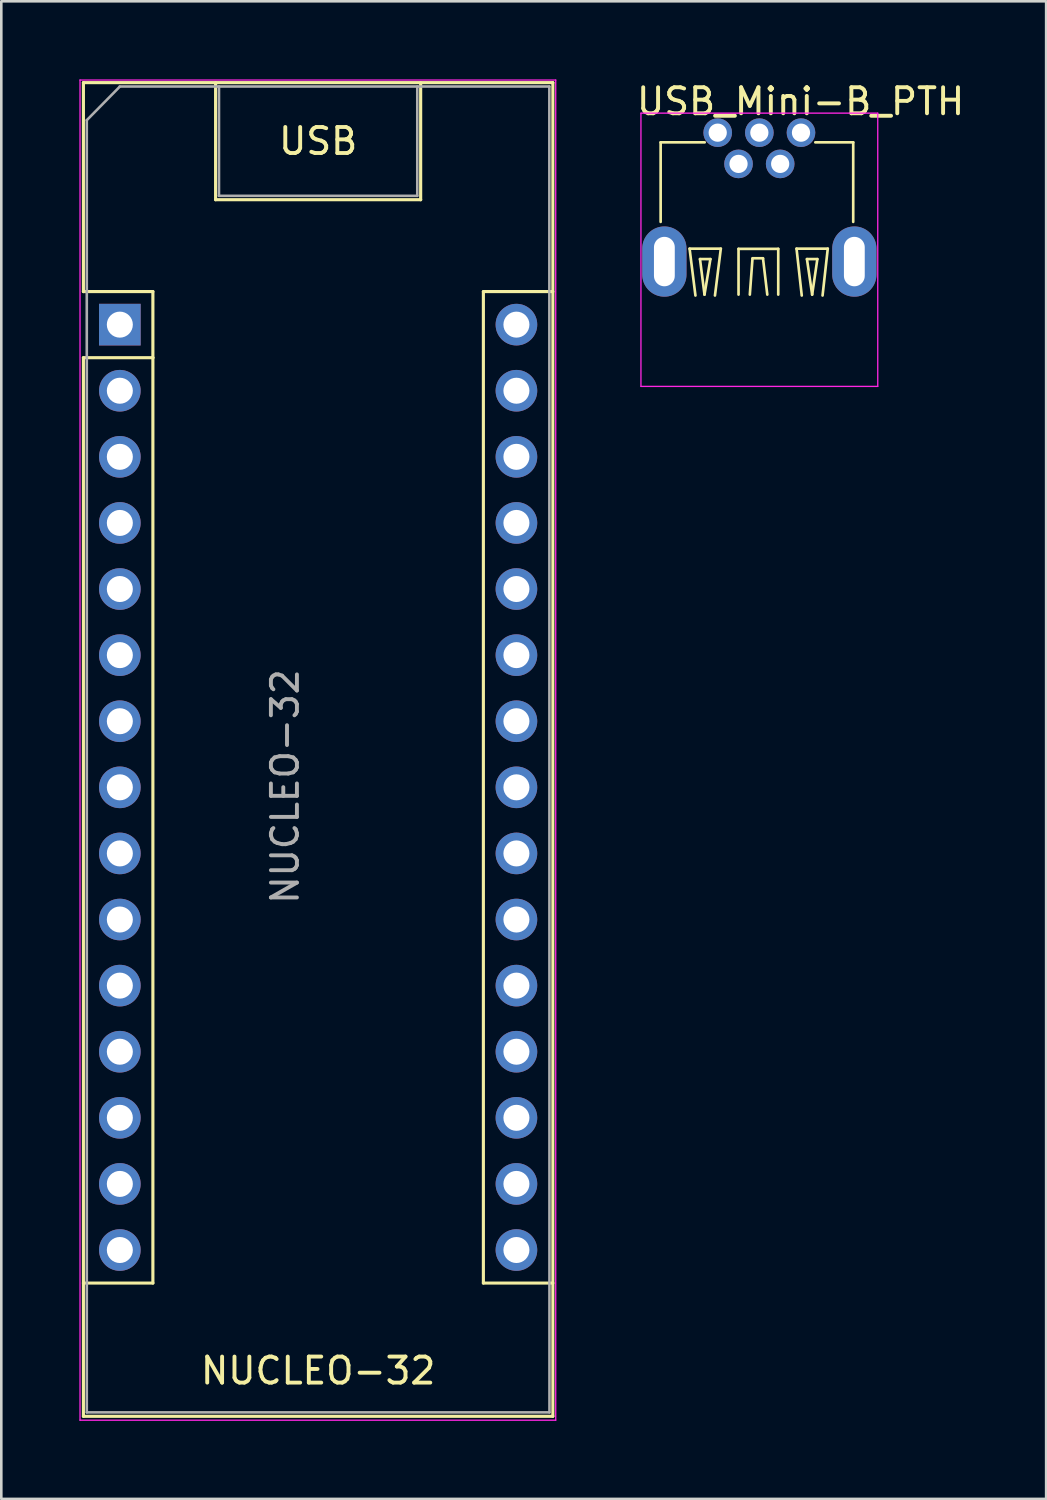
<source format=kicad_pcb>
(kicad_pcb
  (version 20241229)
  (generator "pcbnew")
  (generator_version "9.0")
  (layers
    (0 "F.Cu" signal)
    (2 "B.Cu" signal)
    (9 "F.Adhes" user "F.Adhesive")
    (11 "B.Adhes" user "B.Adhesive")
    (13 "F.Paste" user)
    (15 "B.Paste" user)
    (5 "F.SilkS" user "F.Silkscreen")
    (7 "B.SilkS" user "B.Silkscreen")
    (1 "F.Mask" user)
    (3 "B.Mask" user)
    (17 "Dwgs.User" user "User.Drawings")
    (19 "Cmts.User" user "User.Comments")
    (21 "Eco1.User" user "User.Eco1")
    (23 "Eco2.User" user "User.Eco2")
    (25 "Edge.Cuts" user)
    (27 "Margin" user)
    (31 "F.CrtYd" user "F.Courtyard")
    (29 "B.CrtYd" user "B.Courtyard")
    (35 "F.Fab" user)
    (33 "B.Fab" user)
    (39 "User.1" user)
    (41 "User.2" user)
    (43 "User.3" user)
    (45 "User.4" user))
  (footprint "USB_Mini-B_PTH"
    (layer "F.Cu")
    (at 24.53 2.048)
    (property "Reference" "USB_Mini-B_PTH" (at -3.2 -1.2 180) (layer "F.SilkS") (effects (font (size 1 1) (thickness 0.15)) (justify left)))
    (attr through_hole)
    (fp_line (start -2.193 0.372) (end -2.193 3.429) (stroke (width 0.102) (type solid)) (layer "F.SilkS"))
    (fp_line (start -2.193 0.372) (end -0.5 0.372) (stroke (width 0.102) (type solid)) (layer "F.SilkS"))
    (fp_line (start -1.081 4.458) (end 0.119 4.458) (stroke (width 0.102) (type solid)) (layer "F.SilkS"))
    (fp_line (start -0.856 6.258) (end -1.081 4.458) (stroke (width 0.102) (type solid)) (layer "F.SilkS"))
    (fp_line (start -0.681 4.858) (end -0.281 4.858) (stroke (width 0.102) (type solid)) (layer "F.SilkS"))
    (fp_line (start -0.508 6.223) (end -0.681 4.858) (stroke (width 0.102) (type solid)) (layer "F.SilkS"))
    (fp_line (start -0.281 4.858) (end -0.508 6.223) (stroke (width 0.102) (type solid)) (layer "F.SilkS"))
    (fp_line (start 0.119 4.458) (end -0.106 6.258) (stroke (width 0.102) (type solid)) (layer "F.SilkS"))
    (fp_line (start 0.8 4.465) (end 2.326 4.465) (stroke (width 0.102) (type solid)) (layer "F.SilkS"))
    (fp_line (start 0.8 6.223) (end 0.8 4.465) (stroke (width 0.102) (type solid)) (layer "F.SilkS"))
    (fp_line (start 1.336 4.846) (end 1.234 6.223) (stroke (width 0.102) (type solid)) (layer "F.SilkS"))
    (fp_line (start 1.742 4.826) (end 1.336 4.826) (stroke (width 0.102) (type solid)) (layer "F.SilkS"))
    (fp_line (start 1.905 6.223) (end 1.742 4.846) (stroke (width 0.102) (type solid)) (layer "F.SilkS"))
    (fp_line (start 2.326 4.465) (end 2.326 6.223) (stroke (width 0.102) (type solid)) (layer "F.SilkS"))
    (fp_line (start 3.029 4.458) (end 4.229 4.458) (stroke (width 0.102) (type solid)) (layer "F.SilkS"))
    (fp_line (start 3.229 6.258) (end 3.029 4.458) (stroke (width 0.102) (type solid)) (layer "F.SilkS"))
    (fp_line (start 3.429 4.858) (end 3.829 4.858) (stroke (width 0.102) (type solid)) (layer "F.SilkS"))
    (fp_line (start 3.629 6.223) (end 3.429 4.858) (stroke (width 0.102) (type solid)) (layer "F.SilkS"))
    (fp_line (start 3.75 0.372) (end 5.207 0.372) (stroke (width 0.102) (type solid)) (layer "F.SilkS"))
    (fp_line (start 3.829 4.858) (end 3.629 6.223) (stroke (width 0.102) (type solid)) (layer "F.SilkS"))
    (fp_line (start 4.229 4.458) (end 4.029 6.258) (stroke (width 0.102) (type solid)) (layer "F.SilkS"))
    (fp_line (start 5.207 0.372) (end 5.207 3.429) (stroke (width 0.102) (type solid)) (layer "F.SilkS"))
    (fp_line (start -2.95 -0.75) (end -2.95 9.75) (stroke (width 0.05) (type solid)) (layer "F.CrtYd"))
    (fp_line (start -2.95 9.75) (end 6.15 9.75) (stroke (width 0.05) (type solid)) (layer "F.CrtYd"))
    (fp_line (start 6.15 -0.75) (end -2.95 -0.75) (stroke (width 0.05) (type solid)) (layer "F.CrtYd"))
    (fp_line (start 6.15 9.75) (end 6.15 -0.75) (stroke (width 0.05) (type solid)) (layer "F.CrtYd"))
    (pad "1" thru_hole circle (at 0 0 270) (size 1.1 1.1) (drill 0.7) (layers "*.Cu" "*.Mask"))
    (pad "2" thru_hole circle (at 0.8 1.2 270) (size 1.1 1.1) (drill 0.7) (layers "*.Cu" "*.Mask"))
    (pad "3" thru_hole circle (at 1.6 0 270) (size 1.1 1.1) (drill 0.7) (layers "*.Cu" "*.Mask"))
    (pad "4" thru_hole circle (at 2.4 1.2 270) (size 1.1 1.1) (drill 0.7) (layers "*.Cu" "*.Mask"))
    (pad "5" thru_hole circle (at 3.2 0 270) (size 1.1 1.1) (drill 0.7) (layers "*.Cu" "*.Mask"))
    (pad "6" thru_hole oval (at -2.05 4.953 270) (size 2.7 1.7) (drill oval 1.9 0.8) (layers "*.Cu" "*.Mask"))
    (pad "6" thru_hole oval (at 5.25 4.953 270) (size 2.7 1.7) (drill oval 1.9 0.8) (layers "*.Cu" "*.Mask")))
  (footprint "NUCLEO-32"
    (layer "F.Cu")
    (at 1.555 9.425)
    (property "Reference" "NUCLEO-32" (at 7.62 40.2 0) (layer "F.SilkS") (effects (font (size 1 1) (thickness 0.15))))
    (attr through_hole)
    (fp_line (start -1.4 -9.3) (end -1.4 -1.27) (stroke (width 0.12) (type solid)) (layer "F.SilkS"))
    (fp_line (start -1.4 1.27) (end -1.4 41.95) (stroke (width 0.12) (type solid)) (layer "F.SilkS"))
    (fp_line (start -1.4 41.95) (end 16.64 41.95) (stroke (width 0.12) (type solid)) (layer "F.SilkS"))
    (fp_line (start 1.27 -1.27) (end -1.4 -1.27) (stroke (width 0.12) (type solid)) (layer "F.SilkS"))
    (fp_line (start 1.27 1.27) (end -1.4 1.27) (stroke (width 0.12) (type solid)) (layer "F.SilkS"))
    (fp_line (start 1.27 1.27) (end 1.27 -1.27) (stroke (width 0.12) (type solid)) (layer "F.SilkS"))
    (fp_line (start 1.27 1.27) (end 1.27 36.83) (stroke (width 0.12) (type solid)) (layer "F.SilkS"))
    (fp_line (start 1.27 36.83) (end -1.4 36.83) (stroke (width 0.12) (type solid)) (layer "F.SilkS"))
    (fp_line (start 3.68 -4.8) (end 3.68 -9.29) (stroke (width 0.12) (type solid)) (layer "F.SilkS"))
    (fp_line (start 11.56 -9.29) (end 11.56 -4.8) (stroke (width 0.12) (type solid)) (layer "F.SilkS"))
    (fp_line (start 11.56 -4.8) (end 3.68 -4.8) (stroke (width 0.12) (type solid)) (layer "F.SilkS"))
    (fp_line (start 13.97 -1.27) (end 13.97 36.83) (stroke (width 0.12) (type solid)) (layer "F.SilkS"))
    (fp_line (start 13.97 -1.27) (end 16.64 -1.27) (stroke (width 0.12) (type solid)) (layer "F.SilkS"))
    (fp_line (start 13.97 36.83) (end 16.64 36.83) (stroke (width 0.12) (type solid)) (layer "F.SilkS"))
    (fp_line (start 16.64 -9.3) (end -1.4 -9.3) (stroke (width 0.12) (type solid)) (layer "F.SilkS"))
    (fp_line (start 16.64 41.95) (end 16.64 -9.3) (stroke (width 0.12) (type solid)) (layer "F.SilkS"))
    (fp_line (start -1.53 -9.4) (end -1.53 42.1) (stroke (width 0.05) (type solid)) (layer "F.CrtYd"))
    (fp_line (start -1.53 -9.4) (end 16.75 -9.4) (stroke (width 0.05) (type solid)) (layer "F.CrtYd"))
    (fp_line (start 16.75 42.1) (end -1.53 42.1) (stroke (width 0.05) (type solid)) (layer "F.CrtYd"))
    (fp_line (start 16.75 42.1) (end 16.75 -9.4) (stroke (width 0.05) (type solid)) (layer "F.CrtYd"))
    (fp_line (start -1.27 -7.857) (end -0.005 -9.143) (stroke (width 0.1) (type solid)) (layer "F.Fab"))
    (fp_line (start -1.27 41.8) (end -1.27 -7.857) (stroke (width 0.1) (type solid)) (layer "F.Fab"))
    (fp_line (start -0.005 -9.15) (end 16.505 -9.15) (stroke (width 0.1) (type solid)) (layer "F.Fab"))
    (fp_line (start 3.81 -4.95) (end 3.81 -9.15) (stroke (width 0.1) (type solid)) (layer "F.Fab"))
    (fp_line (start 11.43 -9.15) (end 11.43 -4.95) (stroke (width 0.1) (type solid)) (layer "F.Fab"))
    (fp_line (start 11.43 -4.95) (end 3.81 -4.95) (stroke (width 0.1) (type solid)) (layer "F.Fab"))
    (fp_line (start 16.505 -9.15) (end 16.51 41.8) (stroke (width 0.1) (type solid)) (layer "F.Fab"))
    (fp_line (start 16.51 41.8) (end -1.27 41.8) (stroke (width 0.1) (type solid)) (layer "F.Fab"))
    (fp_text user "USB" (at 7.62 -7.05 0) (unlocked yes) (layer "F.SilkS") (effects (font (size 1 1) (thickness 0.15))))
    (fp_text user "${REFERENCE}" (at 6.35 17.75 90) (layer "F.Fab") (effects (font (size 1 1) (thickness 0.15))))
    (pad "1" thru_hole rect (at 0 0) (size 1.6 1.6) (drill 1) (layers "*.Cu" "*.Mask"))
    (pad "2" thru_hole oval (at 0 2.54) (size 1.6 1.6) (drill 1) (layers "*.Cu" "*.Mask"))
    (pad "3" thru_hole oval (at 0 5.08) (size 1.6 1.6) (drill 1) (layers "*.Cu" "*.Mask"))
    (pad "4" thru_hole oval (at 0 7.62) (size 1.6 1.6) (drill 1) (layers "*.Cu" "*.Mask"))
    (pad "5" thru_hole oval (at 0 10.16) (size 1.6 1.6) (drill 1) (layers "*.Cu" "*.Mask"))
    (pad "6" thru_hole oval (at 0 12.7) (size 1.6 1.6) (drill 1) (layers "*.Cu" "*.Mask"))
    (pad "7" thru_hole oval (at 0 15.24) (size 1.6 1.6) (drill 1) (layers "*.Cu" "*.Mask"))
    (pad "8" thru_hole oval (at 0 17.78) (size 1.6 1.6) (drill 1) (layers "*.Cu" "*.Mask"))
    (pad "9" thru_hole oval (at 0 20.32) (size 1.6 1.6) (drill 1) (layers "*.Cu" "*.Mask"))
    (pad "10" thru_hole oval (at 0 22.86) (size 1.6 1.6) (drill 1) (layers "*.Cu" "*.Mask"))
    (pad "11" thru_hole oval (at 0 25.4) (size 1.6 1.6) (drill 1) (layers "*.Cu" "*.Mask"))
    (pad "12" thru_hole oval (at 0 27.94) (size 1.6 1.6) (drill 1) (layers "*.Cu" "*.Mask"))
    (pad "13" thru_hole oval (at 0 30.48) (size 1.6 1.6) (drill 1) (layers "*.Cu" "*.Mask"))
    (pad "14" thru_hole oval (at 0 33.02) (size 1.6 1.6) (drill 1) (layers "*.Cu" "*.Mask"))
    (pad "15" thru_hole oval (at 0 35.56) (size 1.6 1.6) (drill 1) (layers "*.Cu" "*.Mask"))
    (pad "16" thru_hole oval (at 15.24 35.56) (size 1.6 1.6) (drill 1) (layers "*.Cu" "*.Mask"))
    (pad "17" thru_hole oval (at 15.24 33.02) (size 1.6 1.6) (drill 1) (layers "*.Cu" "*.Mask"))
    (pad "18" thru_hole oval (at 15.24 30.48) (size 1.6 1.6) (drill 1) (layers "*.Cu" "*.Mask"))
    (pad "19" thru_hole oval (at 15.24 27.94) (size 1.6 1.6) (drill 1) (layers "*.Cu" "*.Mask"))
    (pad "20" thru_hole oval (at 15.24 25.4) (size 1.6 1.6) (drill 1) (layers "*.Cu" "*.Mask"))
    (pad "21" thru_hole oval (at 15.24 22.86) (size 1.6 1.6) (drill 1) (layers "*.Cu" "*.Mask"))
    (pad "22" thru_hole oval (at 15.24 20.32) (size 1.6 1.6) (drill 1) (layers "*.Cu" "*.Mask"))
    (pad "23" thru_hole oval (at 15.24 17.78) (size 1.6 1.6) (drill 1) (layers "*.Cu" "*.Mask"))
    (pad "24" thru_hole oval (at 15.24 15.24) (size 1.6 1.6) (drill 1) (layers "*.Cu" "*.Mask"))
    (pad "25" thru_hole oval (at 15.24 12.7) (size 1.6 1.6) (drill 1) (layers "*.Cu" "*.Mask"))
    (pad "26" thru_hole oval (at 15.24 10.16) (size 1.6 1.6) (drill 1) (layers "*.Cu" "*.Mask"))
    (pad "27" thru_hole oval (at 15.24 7.62) (size 1.6 1.6) (drill 1) (layers "*.Cu" "*.Mask"))
    (pad "28" thru_hole oval (at 15.24 5.08) (size 1.6 1.6) (drill 1) (layers "*.Cu" "*.Mask"))
    (pad "29" thru_hole oval (at 15.24 2.54) (size 1.6 1.6) (drill 1) (layers "*.Cu" "*.Mask"))
    (pad "30" thru_hole oval (at 15.24 0) (size 1.6 1.6) (drill 1) (layers "*.Cu" "*.Mask")))
  (gr_rect
    (start -3 -3)
    (end 37.151 54.55)
    (stroke (width 0.1) (type default))
    (fill no)
    (layer "Edge.Cuts")))
</source>
